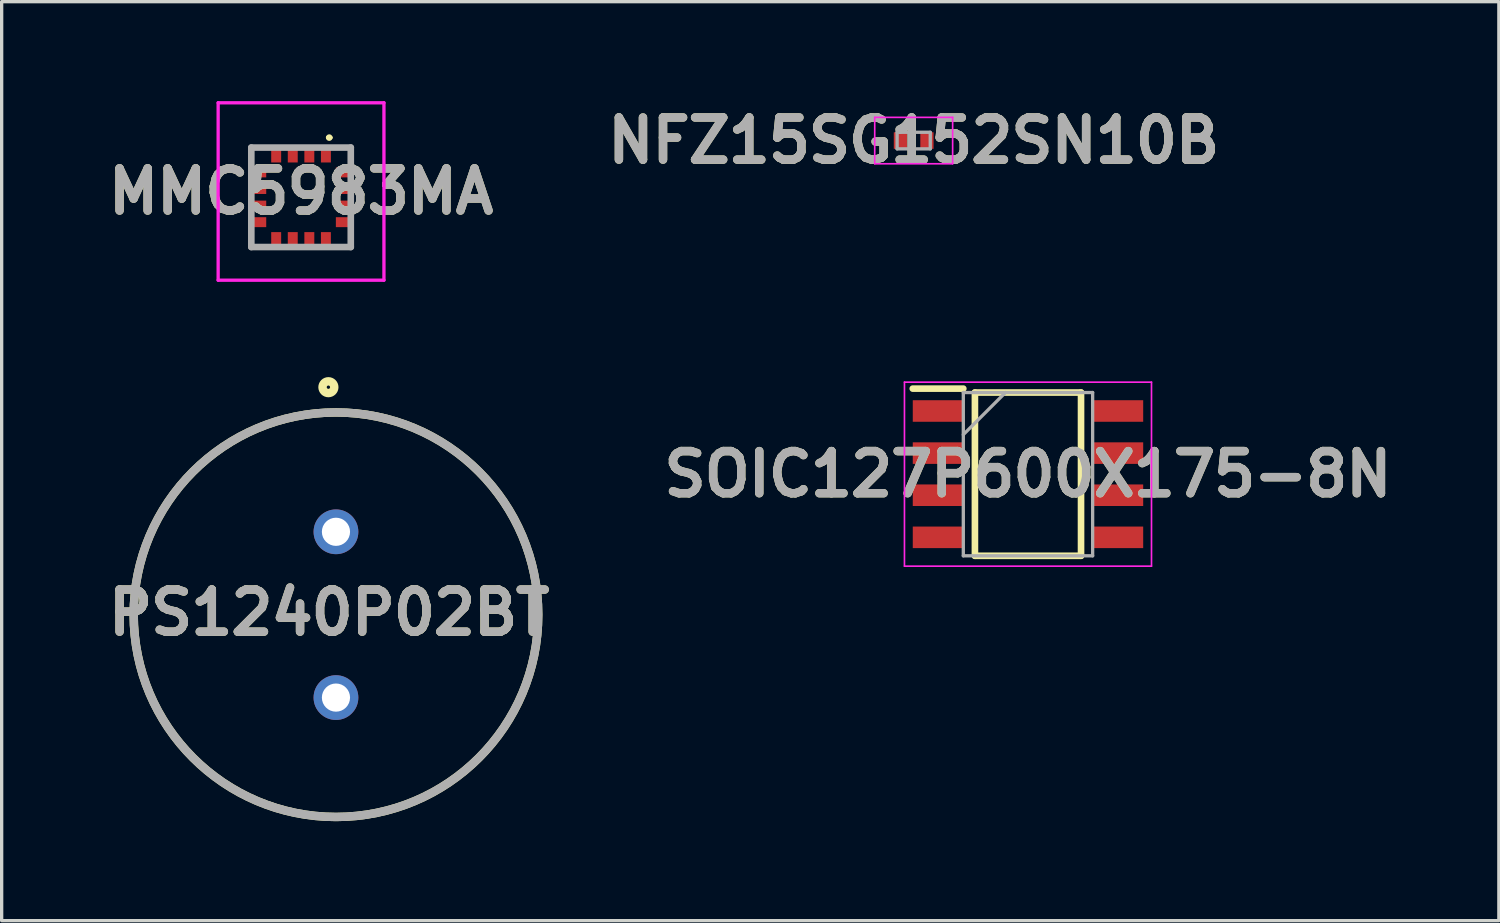
<source format=kicad_pcb>
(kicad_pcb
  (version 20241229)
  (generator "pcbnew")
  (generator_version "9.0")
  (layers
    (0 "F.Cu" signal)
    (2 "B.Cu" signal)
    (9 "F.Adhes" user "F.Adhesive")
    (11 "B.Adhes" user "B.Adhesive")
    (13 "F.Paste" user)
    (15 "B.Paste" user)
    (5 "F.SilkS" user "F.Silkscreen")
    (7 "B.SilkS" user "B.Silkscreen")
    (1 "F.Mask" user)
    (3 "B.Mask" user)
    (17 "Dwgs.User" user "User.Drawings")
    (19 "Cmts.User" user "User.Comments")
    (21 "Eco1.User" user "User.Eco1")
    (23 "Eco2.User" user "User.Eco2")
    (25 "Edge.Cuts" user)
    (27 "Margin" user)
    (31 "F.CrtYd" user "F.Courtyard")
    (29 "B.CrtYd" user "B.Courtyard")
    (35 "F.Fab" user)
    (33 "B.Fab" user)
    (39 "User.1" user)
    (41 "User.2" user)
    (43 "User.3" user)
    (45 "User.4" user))
  (footprint "PS1240P02BT"
    (layer "F.Cu")
    (at 7.082 15.488)
    (property "Reference" "PS1240P02BT" (at -0.206 -0.063 0) (layer "F.SilkS") (effects (font (size 1.27 1.27) (thickness 0.254))))
    (attr through_hole)
    (fp_circle (center -0.228 -6.861) (end -0.228 -6.811) (stroke (width 0.254) (type solid)) (fill no) (layer "F.SilkS"))
    (fp_circle (center 0 0) (end 0 6.1) (stroke (width 0.254) (type solid)) (fill no) (layer "F.SilkS"))
    (fp_circle (center 0 0) (end 0 6.1) (stroke (width 0.254) (type solid)) (fill no) (layer "F.Fab"))
    (fp_text user "${REFERENCE}" (at -0.206 -0.063 0) (layer "F.Fab") (effects (font (size 1.27 1.27) (thickness 0.254))))
    (pad "1" thru_hole circle (at 0 -2.5) (size 1.35 1.35) (drill 0.85) (layers "*.Cu" "*.Mask"))
    (pad "2" thru_hole circle (at 0 2.5) (size 1.35 1.35) (drill 0.85) (layers "*.Cu" "*.Mask")))
  (footprint "NFZ15SG152SN10B"
    (layer "F.Cu")
    (at 24.505 1.189)
    (property "Reference" "NFZ15SG152SN10B" (at 0 0 0) (layer "F.SilkS") (effects (font (size 1.27 1.27) (thickness 0.254))))
    (attr smd)
    (fp_line (start 0 -0.15) (end 0 0.15) (stroke (width 0.05) (type solid)) (layer "F.SilkS"))
    (fp_line (start -1.175 -0.7) (end 1.175 -0.7) (stroke (width 0.05) (type solid)) (layer "F.CrtYd"))
    (fp_line (start -1.175 0.7) (end -1.175 -0.7) (stroke (width 0.05) (type solid)) (layer "F.CrtYd"))
    (fp_line (start 1.175 -0.7) (end 1.175 0.7) (stroke (width 0.05) (type solid)) (layer "F.CrtYd"))
    (fp_line (start 1.175 0.7) (end -1.175 0.7) (stroke (width 0.05) (type solid)) (layer "F.CrtYd"))
    (fp_line (start -0.5 -0.25) (end 0.5 -0.25) (stroke (width 0.1) (type solid)) (layer "F.Fab"))
    (fp_line (start -0.5 0.25) (end -0.5 -0.25) (stroke (width 0.1) (type solid)) (layer "F.Fab"))
    (fp_line (start 0.5 -0.25) (end 0.5 0.25) (stroke (width 0.1) (type solid)) (layer "F.Fab"))
    (fp_line (start 0.5 0.25) (end -0.5 0.25) (stroke (width 0.1) (type solid)) (layer "F.Fab"))
    (fp_text user "${REFERENCE}" (at 0 0 0) (layer "F.Fab") (effects (font (size 1.27 1.27) (thickness 0.254))))
    (pad "1" smd rect (at -0.4 0) (size 0.4 0.5) (layers "F.Cu" "F.Mask" "F.Paste"))
    (pad "2" smd rect (at 0.4 0) (size 0.4 0.5) (layers "F.Cu" "F.Mask" "F.Paste")))
  (footprint "MMC5983MA"
    (layer "F.Cu")
    (at 6.029 2.9)
    (property "Reference" "MMC5983MA" (at 0 -0.175 0) (layer "F.SilkS") (effects (font (size 1.27 1.27) (thickness 0.254))))
    (attr smd)
    (fp_line (start -1.5 -1.5) (end -1.5 -1) (stroke (width 0.1) (type solid)) (layer "F.SilkS"))
    (fp_line (start -1.5 1) (end -1.5 1.5) (stroke (width 0.1) (type solid)) (layer "F.SilkS"))
    (fp_line (start -1.5 1.5) (end -1 1.5) (stroke (width 0.1) (type solid)) (layer "F.SilkS"))
    (fp_line (start -1 -1.5) (end -1.5 -1.5) (stroke (width 0.1) (type solid)) (layer "F.SilkS"))
    (fp_line (start 0.8 -1.8) (end 0.8 -1.8) (stroke (width 0.1) (type solid)) (layer "F.SilkS"))
    (fp_line (start 0.9 -1.8) (end 0.9 -1.8) (stroke (width 0.1) (type solid)) (layer "F.SilkS"))
    (fp_line (start 1 1.5) (end 1.5 1.5) (stroke (width 0.1) (type solid)) (layer "F.SilkS"))
    (fp_line (start 1.2 -1.5) (end 1.5 -1.5) (stroke (width 0.1) (type solid)) (layer "F.SilkS"))
    (fp_line (start 1.5 -1.5) (end 1.5 -1) (stroke (width 0.1) (type solid)) (layer "F.SilkS"))
    (fp_line (start 1.5 1.5) (end 1.5 1) (stroke (width 0.1) (type solid)) (layer "F.SilkS"))
    (fp_arc (start 0.8 -1.8) (mid 0.85 -1.85) (end 0.9 -1.8) (stroke (width 0.1) (type solid)) (layer "F.SilkS"))
    (fp_arc (start 0.9 -1.8) (mid 0.85 -1.75) (end 0.8 -1.8) (stroke (width 0.1) (type solid)) (layer "F.SilkS"))
    (fp_line (start -2.5 -2.85) (end 2.5 -2.85) (stroke (width 0.1) (type solid)) (layer "F.CrtYd"))
    (fp_line (start -2.5 2.5) (end -2.5 -2.85) (stroke (width 0.1) (type solid)) (layer "F.CrtYd"))
    (fp_line (start 2.5 -2.85) (end 2.5 2.5) (stroke (width 0.1) (type solid)) (layer "F.CrtYd"))
    (fp_line (start 2.5 2.5) (end -2.5 2.5) (stroke (width 0.1) (type solid)) (layer "F.CrtYd"))
    (fp_line (start -1.5 -1.5) (end 1.5 -1.5) (stroke (width 0.2) (type solid)) (layer "F.Fab"))
    (fp_line (start -1.5 1.5) (end -1.5 -1.5) (stroke (width 0.2) (type solid)) (layer "F.Fab"))
    (fp_line (start 1.5 -1.5) (end 1.5 1.5) (stroke (width 0.2) (type solid)) (layer "F.Fab"))
    (fp_line (start 1.5 1.5) (end -1.5 1.5) (stroke (width 0.2) (type solid)) (layer "F.Fab"))
    (fp_text user "${REFERENCE}" (at 0 -0.175 0) (layer "F.Fab") (effects (font (size 1.27 1.27) (thickness 0.254))))
    (pad "1" smd rect (at 0.75 -1.275) (size 0.3 0.45) (layers "F.Cu" "F.Mask" "F.Paste"))
    (pad "2" smd rect (at 0.25 -1.275) (size 0.3 0.45) (layers "F.Cu" "F.Mask" "F.Paste"))
    (pad "3" smd rect (at -0.25 -1.275) (size 0.3 0.45) (layers "F.Cu" "F.Mask" "F.Paste"))
    (pad "4" smd rect (at -0.75 -1.275) (size 0.3 0.45) (layers "F.Cu" "F.Mask" "F.Paste"))
    (pad "5" smd rect (at -1.275 -0.75 90) (size 0.3 0.45) (layers "F.Cu" "F.Mask" "F.Paste"))
    (pad "6" smd rect (at -1.275 -0.25 90) (size 0.3 0.45) (layers "F.Cu" "F.Mask" "F.Paste"))
    (pad "7" smd rect (at -1.275 0.25 90) (size 0.3 0.45) (layers "F.Cu" "F.Mask" "F.Paste"))
    (pad "8" smd rect (at -1.275 0.75 90) (size 0.3 0.45) (layers "F.Cu" "F.Mask" "F.Paste"))
    (pad "9" smd rect (at -0.75 1.275) (size 0.3 0.45) (layers "F.Cu" "F.Mask" "F.Paste"))
    (pad "10" smd rect (at -0.25 1.275) (size 0.3 0.45) (layers "F.Cu" "F.Mask" "F.Paste"))
    (pad "11" smd rect (at 0.25 1.275) (size 0.3 0.45) (layers "F.Cu" "F.Mask" "F.Paste"))
    (pad "12" smd rect (at 0.75 1.275) (size 0.3 0.45) (layers "F.Cu" "F.Mask" "F.Paste"))
    (pad "13" smd rect (at 1.275 0.75 90) (size 0.3 0.45) (layers "F.Cu" "F.Mask" "F.Paste"))
    (pad "14" smd rect (at 1.275 0.25 90) (size 0.3 0.45) (layers "F.Cu" "F.Mask" "F.Paste"))
    (pad "15" smd rect (at 1.275 -0.25 90) (size 0.3 0.45) (layers "F.Cu" "F.Mask" "F.Paste"))
    (pad "16" smd rect (at 1.275 -0.75 90) (size 0.3 0.45) (layers "F.Cu" "F.Mask" "F.Paste")))
  (footprint "SOIC127P600X175-8N"
    (layer "F.Cu")
    (at 27.952 11.25)
    (property "Reference" "SOIC127P600X175-8N" (at 0 0 0) (layer "F.SilkS") (effects (font (size 1.27 1.27) (thickness 0.254))))
    (attr smd)
    (fp_line (start -3.475 -2.58) (end -1.95 -2.58) (stroke (width 0.2) (type solid)) (layer "F.SilkS"))
    (fp_line (start -1.6 -2.462) (end 1.6 -2.462) (stroke (width 0.2) (type solid)) (layer "F.SilkS"))
    (fp_line (start -1.6 2.462) (end -1.6 -2.462) (stroke (width 0.2) (type solid)) (layer "F.SilkS"))
    (fp_line (start 1.6 -2.462) (end 1.6 2.462) (stroke (width 0.2) (type solid)) (layer "F.SilkS"))
    (fp_line (start 1.6 2.462) (end -1.6 2.462) (stroke (width 0.2) (type solid)) (layer "F.SilkS"))
    (fp_line (start -3.725 -2.775) (end 3.725 -2.775) (stroke (width 0.05) (type solid)) (layer "F.CrtYd"))
    (fp_line (start -3.725 2.775) (end -3.725 -2.775) (stroke (width 0.05) (type solid)) (layer "F.CrtYd"))
    (fp_line (start 3.725 -2.775) (end 3.725 2.775) (stroke (width 0.05) (type solid)) (layer "F.CrtYd"))
    (fp_line (start 3.725 2.775) (end -3.725 2.775) (stroke (width 0.05) (type solid)) (layer "F.CrtYd"))
    (fp_line (start -1.95 -2.462) (end 1.95 -2.462) (stroke (width 0.1) (type solid)) (layer "F.Fab"))
    (fp_line (start -1.95 -1.192) (end -0.68 -2.462) (stroke (width 0.1) (type solid)) (layer "F.Fab"))
    (fp_line (start -1.95 2.462) (end -1.95 -2.462) (stroke (width 0.1) (type solid)) (layer "F.Fab"))
    (fp_line (start 1.95 -2.462) (end 1.95 2.462) (stroke (width 0.1) (type solid)) (layer "F.Fab"))
    (fp_line (start 1.95 2.462) (end -1.95 2.462) (stroke (width 0.1) (type solid)) (layer "F.Fab"))
    (fp_text user "${REFERENCE}" (at 0 0 0) (layer "F.Fab") (effects (font (size 1.27 1.27) (thickness 0.254))))
    (pad "1" smd rect (at -2.712 -1.905 90) (size 0.65 1.525) (layers "F.Cu" "F.Mask" "F.Paste"))
    (pad "2" smd rect (at -2.712 -0.635 90) (size 0.65 1.525) (layers "F.Cu" "F.Mask" "F.Paste"))
    (pad "3" smd rect (at -2.712 0.635 90) (size 0.65 1.525) (layers "F.Cu" "F.Mask" "F.Paste"))
    (pad "4" smd rect (at -2.712 1.905 90) (size 0.65 1.525) (layers "F.Cu" "F.Mask" "F.Paste"))
    (pad "5" smd rect (at 2.712 1.905 90) (size 0.65 1.525) (layers "F.Cu" "F.Mask" "F.Paste"))
    (pad "6" smd rect (at 2.712 0.635 90) (size 0.65 1.525) (layers "F.Cu" "F.Mask" "F.Paste"))
    (pad "7" smd rect (at 2.712 -0.635 90) (size 0.65 1.525) (layers "F.Cu" "F.Mask" "F.Paste"))
    (pad "8" smd rect (at 2.712 -1.905 90) (size 0.65 1.525) (layers "F.Cu" "F.Mask" "F.Paste")))
  (gr_rect
    (start -3 -3)
    (end 42.153 24.715)
    (stroke (width 0.1) (type default))
    (fill no)
    (layer "Edge.Cuts")))
</source>
